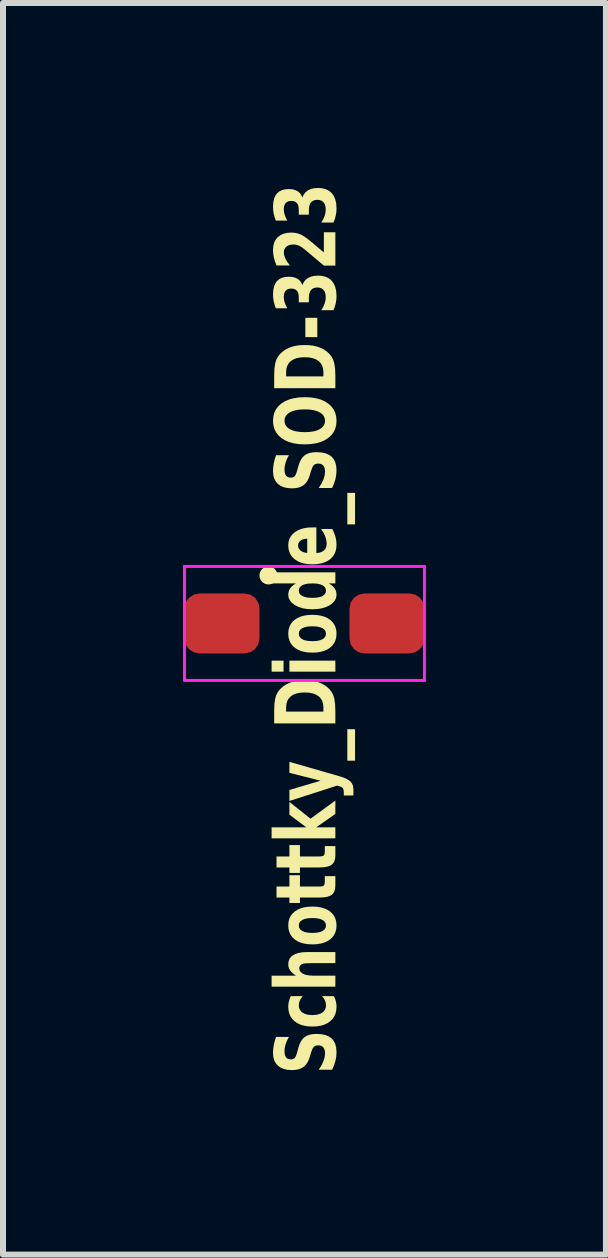
<source format=kicad_pcb>
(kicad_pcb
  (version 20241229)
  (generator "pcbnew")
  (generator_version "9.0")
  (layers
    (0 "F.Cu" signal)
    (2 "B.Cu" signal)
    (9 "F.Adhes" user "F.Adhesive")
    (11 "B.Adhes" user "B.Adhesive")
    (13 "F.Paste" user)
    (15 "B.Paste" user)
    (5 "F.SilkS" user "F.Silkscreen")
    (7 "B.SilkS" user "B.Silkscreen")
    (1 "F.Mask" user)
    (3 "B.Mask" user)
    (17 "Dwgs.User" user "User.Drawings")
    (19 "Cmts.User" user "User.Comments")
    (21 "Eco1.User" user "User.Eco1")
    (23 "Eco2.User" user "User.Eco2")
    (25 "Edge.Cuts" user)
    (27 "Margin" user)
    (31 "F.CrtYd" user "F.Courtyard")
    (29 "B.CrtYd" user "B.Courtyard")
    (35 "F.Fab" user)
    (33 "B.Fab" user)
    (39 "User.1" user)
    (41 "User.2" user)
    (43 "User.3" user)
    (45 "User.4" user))
  (footprint "Schottky_Diode_SOD-323"
    (layer "F.Cu")
    (at 2.025 7.342)
    (property "Reference" "Schottky_Diode_SOD-323" (at 0.1 0.089 90) (layer "F.SilkS") (effects (font (face "Segoe UI This") (size 1 0.75) (thickness 0.15) (bold yes))))
    (attr smd)
    (fp_circle (center -0.6 -0.8) (end -0.5 -0.8) (stroke (width 0.1) (type solid)) (fill yes) (layer "F.SilkS"))
    (fp_line (start -2 -0.95) (end -2 0.95) (stroke (width 0.05) (type solid)) (layer "F.CrtYd"))
    (fp_line (start -2 -0.95) (end 2 -0.95) (stroke (width 0.05) (type solid)) (layer "F.CrtYd"))
    (fp_line (start -2 0.95) (end 2 0.95) (stroke (width 0.05) (type solid)) (layer "F.CrtYd"))
    (fp_line (start 2 -0.95) (end 2 0.95) (stroke (width 0.05) (type solid)) (layer "F.CrtYd"))
    (pad "1" smd roundrect (at -1.375 0) (size 1.25 1) (layers "F.Cu" "F.Mask" "F.Paste") (roundrect_rratio 0.25))
    (pad "2" smd roundrect (at 1.375 0) (size 1.25 1) (layers "F.Cu" "F.Mask" "F.Paste") (roundrect_rratio 0.25)))
  (gr_rect
    (start -3 -3)
    (end 7.05 17.863)
    (stroke (width 0.1) (type default))
    (fill no)
    (layer "Edge.Cuts")))
</source>
